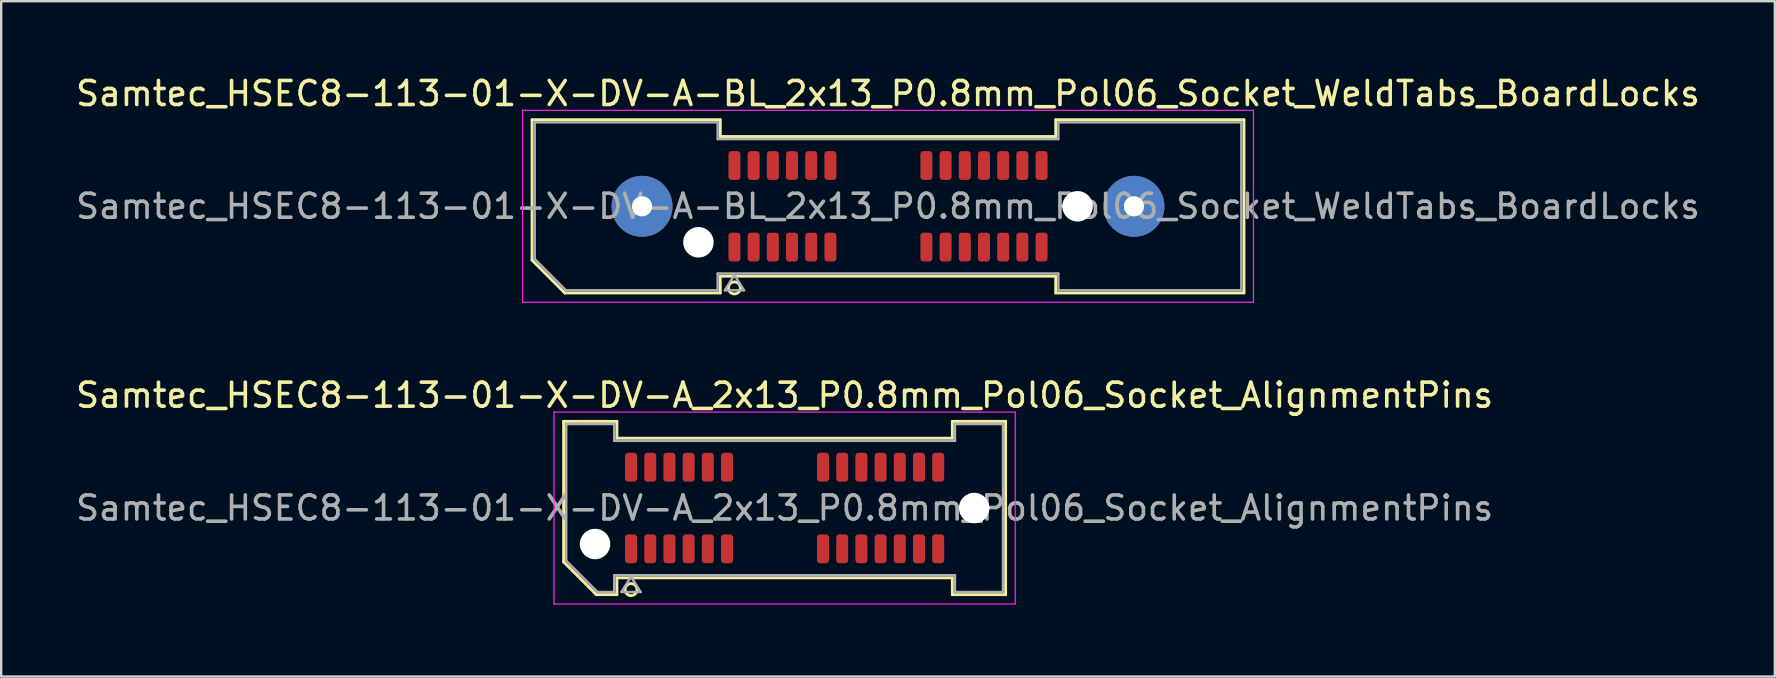
<source format=kicad_pcb>
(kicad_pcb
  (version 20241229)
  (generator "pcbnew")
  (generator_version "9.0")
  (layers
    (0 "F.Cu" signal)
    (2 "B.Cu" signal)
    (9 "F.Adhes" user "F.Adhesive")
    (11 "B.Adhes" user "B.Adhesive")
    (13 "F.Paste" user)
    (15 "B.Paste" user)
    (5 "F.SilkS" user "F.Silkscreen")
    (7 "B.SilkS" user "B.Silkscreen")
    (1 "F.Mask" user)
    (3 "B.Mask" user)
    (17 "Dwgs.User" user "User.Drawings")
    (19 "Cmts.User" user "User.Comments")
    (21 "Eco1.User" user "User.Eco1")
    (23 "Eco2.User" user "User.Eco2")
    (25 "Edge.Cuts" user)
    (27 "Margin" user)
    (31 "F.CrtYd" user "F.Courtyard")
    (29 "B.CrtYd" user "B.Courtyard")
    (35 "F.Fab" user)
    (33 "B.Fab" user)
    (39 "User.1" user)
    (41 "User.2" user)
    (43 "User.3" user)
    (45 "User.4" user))
  (footprint "Samtec_HSEC8-113-01-X-DV-A-BL_2x13_P0.8mm_Pol06_Socket_WeldTabs_BoardLocks"
    (layer "F.Cu")
    (at 33.958 5.548)
    (property "Reference" "Samtec_HSEC8-113-01-X-DV-A-BL_2x13_P0.8mm_Pol06_Socket_WeldTabs_BoardLocks" (at 0 -4.7 0) (layer "F.SilkS") (effects (font (size 1 1) (thickness 0.15))))
    (attr smd)
    (fp_line (start -14.835 -3.61) (end -6.99 -3.61) (stroke (width 0.12) (type solid)) (layer "F.SilkS"))
    (fp_line (start -14.835 2.246) (end -14.835 -3.61) (stroke (width 0.12) (type solid)) (layer "F.SilkS"))
    (fp_line (start -13.471 3.61) (end -14.835 2.246) (stroke (width 0.12) (type solid)) (layer "F.SilkS"))
    (fp_line (start -6.99 -3.61) (end -6.99 -2.91) (stroke (width 0.12) (type solid)) (layer "F.SilkS"))
    (fp_line (start -6.99 -2.91) (end 6.99 -2.91) (stroke (width 0.12) (type solid)) (layer "F.SilkS"))
    (fp_line (start -6.99 2.91) (end -6.99 3.61) (stroke (width 0.12) (type solid)) (layer "F.SilkS"))
    (fp_line (start -6.99 3.61) (end -13.471 3.61) (stroke (width 0.12) (type solid)) (layer "F.SilkS"))
    (fp_line (start 6.99 -3.61) (end 14.835 -3.61) (stroke (width 0.12) (type solid)) (layer "F.SilkS"))
    (fp_line (start 6.99 -2.91) (end 6.99 -3.61) (stroke (width 0.12) (type solid)) (layer "F.SilkS"))
    (fp_line (start 6.99 2.91) (end -6.99 2.91) (stroke (width 0.12) (type solid)) (layer "F.SilkS"))
    (fp_line (start 6.99 3.61) (end 6.99 2.91) (stroke (width 0.12) (type solid)) (layer "F.SilkS"))
    (fp_line (start 14.835 -3.61) (end 14.835 3.61) (stroke (width 0.12) (type solid)) (layer "F.SilkS"))
    (fp_line (start 14.835 3.61) (end 6.99 3.61) (stroke (width 0.12) (type solid)) (layer "F.SilkS"))
    (fp_circle (center -6.4 3.4) (end -6.15 3.4) (stroke (width 0.12) (type solid)) (fill no) (layer "F.SilkS"))
    (fp_line (start -15.23 -4) (end -15.23 4) (stroke (width 0.05) (type solid)) (layer "F.CrtYd"))
    (fp_line (start -15.23 4) (end 15.23 4) (stroke (width 0.05) (type solid)) (layer "F.CrtYd"))
    (fp_line (start 15.23 -4) (end -15.23 -4) (stroke (width 0.05) (type solid)) (layer "F.CrtYd"))
    (fp_line (start 15.23 4) (end 15.23 -4) (stroke (width 0.05) (type solid)) (layer "F.CrtYd"))
    (fp_line (start -14.725 -3.5) (end -7.1 -3.5) (stroke (width 0.1) (type solid)) (layer "F.Fab"))
    (fp_line (start -14.725 2.2) (end -14.725 -3.5) (stroke (width 0.1) (type solid)) (layer "F.Fab"))
    (fp_line (start -13.425 3.5) (end -14.725 2.2) (stroke (width 0.1) (type solid)) (layer "F.Fab"))
    (fp_line (start -7.1 -3.5) (end -7.1 -2.8) (stroke (width 0.1) (type solid)) (layer "F.Fab"))
    (fp_line (start -7.1 -2.8) (end 7.1 -2.8) (stroke (width 0.1) (type solid)) (layer "F.Fab"))
    (fp_line (start -7.1 2.8) (end -7.1 3.5) (stroke (width 0.1) (type solid)) (layer "F.Fab"))
    (fp_line (start -7.1 3.5) (end -13.425 3.5) (stroke (width 0.1) (type solid)) (layer "F.Fab"))
    (fp_line (start -6.8 3.5) (end -6.4 2.86) (stroke (width 0.1) (type solid)) (layer "F.Fab"))
    (fp_line (start -6.4 2.86) (end -6 3.5) (stroke (width 0.1) (type solid)) (layer "F.Fab"))
    (fp_line (start -6 3.5) (end -6.8 3.5) (stroke (width 0.1) (type solid)) (layer "F.Fab"))
    (fp_line (start 7.1 -3.5) (end 14.725 -3.5) (stroke (width 0.1) (type solid)) (layer "F.Fab"))
    (fp_line (start 7.1 -2.8) (end 7.1 -3.5) (stroke (width 0.1) (type solid)) (layer "F.Fab"))
    (fp_line (start 7.1 2.8) (end -7.1 2.8) (stroke (width 0.1) (type solid)) (layer "F.Fab"))
    (fp_line (start 7.1 3.5) (end 7.1 2.8) (stroke (width 0.1) (type solid)) (layer "F.Fab"))
    (fp_line (start 14.725 -3.5) (end 14.725 3.5) (stroke (width 0.1) (type solid)) (layer "F.Fab"))
    (fp_line (start 14.725 3.5) (end 7.1 3.5) (stroke (width 0.1) (type solid)) (layer "F.Fab"))
    (fp_text user "${REFERENCE}" (at 0 0 0) (layer "F.Fab") (effects (font (size 1 1) (thickness 0.15))))
    (pad "" thru_hole circle (at -10.25 0) (size 2.54 2.54) (drill 0.84) (layers "*.Cu" "*.Mask" "F.Paste"))
    (pad "" np_thru_hole circle (at -7.9 1.5) (size 1.27 1.27) (drill 1.27) (layers "*.Cu" "*.Mask"))
    (pad "" np_thru_hole circle (at 7.9 0) (size 1.27 1.27) (drill 1.27) (layers "*.Cu" "*.Mask"))
    (pad "" thru_hole circle (at 10.25 0) (size 2.54 2.54) (drill 0.84) (layers "*.Cu" "*.Mask" "F.Paste"))
    (pad "1" smd roundrect (at -6.4 1.7) (size 0.5 1.2) (layers "F.Cu" "F.Mask" "F.Paste") (roundrect_rratio 0.25))
    (pad "2" smd roundrect (at -6.4 -1.7) (size 0.5 1.2) (layers "F.Cu" "F.Mask" "F.Paste") (roundrect_rratio 0.25))
    (pad "3" smd roundrect (at -5.6 1.7) (size 0.5 1.2) (layers "F.Cu" "F.Mask" "F.Paste") (roundrect_rratio 0.25))
    (pad "4" smd roundrect (at -5.6 -1.7) (size 0.5 1.2) (layers "F.Cu" "F.Mask" "F.Paste") (roundrect_rratio 0.25))
    (pad "5" smd roundrect (at -4.8 1.7) (size 0.5 1.2) (layers "F.Cu" "F.Mask" "F.Paste") (roundrect_rratio 0.25))
    (pad "6" smd roundrect (at -4.8 -1.7) (size 0.5 1.2) (layers "F.Cu" "F.Mask" "F.Paste") (roundrect_rratio 0.25))
    (pad "7" smd roundrect (at -4 1.7) (size 0.5 1.2) (layers "F.Cu" "F.Mask" "F.Paste") (roundrect_rratio 0.25))
    (pad "8" smd roundrect (at -4 -1.7) (size 0.5 1.2) (layers "F.Cu" "F.Mask" "F.Paste") (roundrect_rratio 0.25))
    (pad "9" smd roundrect (at -3.2 1.7) (size 0.5 1.2) (layers "F.Cu" "F.Mask" "F.Paste") (roundrect_rratio 0.25))
    (pad "10" smd roundrect (at -3.2 -1.7) (size 0.5 1.2) (layers "F.Cu" "F.Mask" "F.Paste") (roundrect_rratio 0.25))
    (pad "11" smd roundrect (at -2.4 1.7) (size 0.5 1.2) (layers "F.Cu" "F.Mask" "F.Paste") (roundrect_rratio 0.25))
    (pad "12" smd roundrect (at -2.4 -1.7) (size 0.5 1.2) (layers "F.Cu" "F.Mask" "F.Paste") (roundrect_rratio 0.25))
    (pad "13" smd roundrect (at 1.6 1.7) (size 0.5 1.2) (layers "F.Cu" "F.Mask" "F.Paste") (roundrect_rratio 0.25))
    (pad "14" smd roundrect (at 1.6 -1.7) (size 0.5 1.2) (layers "F.Cu" "F.Mask" "F.Paste") (roundrect_rratio 0.25))
    (pad "15" smd roundrect (at 2.4 1.7) (size 0.5 1.2) (layers "F.Cu" "F.Mask" "F.Paste") (roundrect_rratio 0.25))
    (pad "16" smd roundrect (at 2.4 -1.7) (size 0.5 1.2) (layers "F.Cu" "F.Mask" "F.Paste") (roundrect_rratio 0.25))
    (pad "17" smd roundrect (at 3.2 1.7) (size 0.5 1.2) (layers "F.Cu" "F.Mask" "F.Paste") (roundrect_rratio 0.25))
    (pad "18" smd roundrect (at 3.2 -1.7) (size 0.5 1.2) (layers "F.Cu" "F.Mask" "F.Paste") (roundrect_rratio 0.25))
    (pad "19" smd roundrect (at 4 1.7) (size 0.5 1.2) (layers "F.Cu" "F.Mask" "F.Paste") (roundrect_rratio 0.25))
    (pad "20" smd roundrect (at 4 -1.7) (size 0.5 1.2) (layers "F.Cu" "F.Mask" "F.Paste") (roundrect_rratio 0.25))
    (pad "21" smd roundrect (at 4.8 1.7) (size 0.5 1.2) (layers "F.Cu" "F.Mask" "F.Paste") (roundrect_rratio 0.25))
    (pad "22" smd roundrect (at 4.8 -1.7) (size 0.5 1.2) (layers "F.Cu" "F.Mask" "F.Paste") (roundrect_rratio 0.25))
    (pad "23" smd roundrect (at 5.6 1.7) (size 0.5 1.2) (layers "F.Cu" "F.Mask" "F.Paste") (roundrect_rratio 0.25))
    (pad "24" smd roundrect (at 5.6 -1.7) (size 0.5 1.2) (layers "F.Cu" "F.Mask" "F.Paste") (roundrect_rratio 0.25))
    (pad "25" smd roundrect (at 6.4 1.7) (size 0.5 1.2) (layers "F.Cu" "F.Mask" "F.Paste") (roundrect_rratio 0.25))
    (pad "26" smd roundrect (at 6.4 -1.7) (size 0.5 1.2) (layers "F.Cu" "F.Mask" "F.Paste") (roundrect_rratio 0.25)))
  (footprint "Samtec_HSEC8-113-01-X-DV-A_2x13_P0.8mm_Pol06_Socket_AlignmentPins"
    (layer "F.Cu")
    (at 29.649 18.122)
    (property "Reference" "Samtec_HSEC8-113-01-X-DV-A_2x13_P0.8mm_Pol06_Socket_AlignmentPins" (at 0 -4.7 0) (layer "F.SilkS") (effects (font (size 1 1) (thickness 0.15))))
    (attr smd)
    (fp_line (start -9.21 -3.61) (end -6.99 -3.61) (stroke (width 0.12) (type solid)) (layer "F.SilkS"))
    (fp_line (start -9.21 2.246) (end -9.21 -3.61) (stroke (width 0.12) (type solid)) (layer "F.SilkS"))
    (fp_line (start -7.846 3.61) (end -9.21 2.246) (stroke (width 0.12) (type solid)) (layer "F.SilkS"))
    (fp_line (start -6.99 -3.61) (end -6.99 -2.91) (stroke (width 0.12) (type solid)) (layer "F.SilkS"))
    (fp_line (start -6.99 -2.91) (end 6.99 -2.91) (stroke (width 0.12) (type solid)) (layer "F.SilkS"))
    (fp_line (start -6.99 2.91) (end -6.99 3.61) (stroke (width 0.12) (type solid)) (layer "F.SilkS"))
    (fp_line (start -6.99 3.61) (end -7.846 3.61) (stroke (width 0.12) (type solid)) (layer "F.SilkS"))
    (fp_line (start 6.99 -3.61) (end 9.21 -3.61) (stroke (width 0.12) (type solid)) (layer "F.SilkS"))
    (fp_line (start 6.99 -2.91) (end 6.99 -3.61) (stroke (width 0.12) (type solid)) (layer "F.SilkS"))
    (fp_line (start 6.99 2.91) (end -6.99 2.91) (stroke (width 0.12) (type solid)) (layer "F.SilkS"))
    (fp_line (start 6.99 3.61) (end 6.99 2.91) (stroke (width 0.12) (type solid)) (layer "F.SilkS"))
    (fp_line (start 9.21 -3.61) (end 9.21 3.61) (stroke (width 0.12) (type solid)) (layer "F.SilkS"))
    (fp_line (start 9.21 3.61) (end 6.99 3.61) (stroke (width 0.12) (type solid)) (layer "F.SilkS"))
    (fp_arc (start -6.15 3.4) (mid -6.65 3.4) (end -6.15 3.4) (stroke (width 0.12) (type solid)) (layer "F.SilkS"))
    (fp_line (start -9.61 -4) (end -9.61 4) (stroke (width 0.05) (type solid)) (layer "F.CrtYd"))
    (fp_line (start -9.61 4) (end 9.61 4) (stroke (width 0.05) (type solid)) (layer "F.CrtYd"))
    (fp_line (start 9.61 -4) (end -9.61 -4) (stroke (width 0.05) (type solid)) (layer "F.CrtYd"))
    (fp_line (start 9.61 4) (end 9.61 -4) (stroke (width 0.05) (type solid)) (layer "F.CrtYd"))
    (fp_line (start -9.1 -3.5) (end -7.1 -3.5) (stroke (width 0.1) (type solid)) (layer "F.Fab"))
    (fp_line (start -9.1 2.2) (end -9.1 -3.5) (stroke (width 0.1) (type solid)) (layer "F.Fab"))
    (fp_line (start -7.8 3.5) (end -9.1 2.2) (stroke (width 0.1) (type solid)) (layer "F.Fab"))
    (fp_line (start -7.1 -3.5) (end -7.1 -2.8) (stroke (width 0.1) (type solid)) (layer "F.Fab"))
    (fp_line (start -7.1 -2.8) (end 7.1 -2.8) (stroke (width 0.1) (type solid)) (layer "F.Fab"))
    (fp_line (start -7.1 2.8) (end -7.1 3.5) (stroke (width 0.1) (type solid)) (layer "F.Fab"))
    (fp_line (start -7.1 3.5) (end -7.8 3.5) (stroke (width 0.1) (type solid)) (layer "F.Fab"))
    (fp_line (start -6.8 3.5) (end -6.4 2.86) (stroke (width 0.1) (type solid)) (layer "F.Fab"))
    (fp_line (start -6.4 2.86) (end -6 3.5) (stroke (width 0.1) (type solid)) (layer "F.Fab"))
    (fp_line (start -6 3.5) (end -6.8 3.5) (stroke (width 0.1) (type solid)) (layer "F.Fab"))
    (fp_line (start 7.1 -3.5) (end 9.1 -3.5) (stroke (width 0.1) (type solid)) (layer "F.Fab"))
    (fp_line (start 7.1 -2.8) (end 7.1 -3.5) (stroke (width 0.1) (type solid)) (layer "F.Fab"))
    (fp_line (start 7.1 2.8) (end -7.1 2.8) (stroke (width 0.1) (type solid)) (layer "F.Fab"))
    (fp_line (start 7.1 3.5) (end 7.1 2.8) (stroke (width 0.1) (type solid)) (layer "F.Fab"))
    (fp_line (start 9.1 -3.5) (end 9.1 3.5) (stroke (width 0.1) (type solid)) (layer "F.Fab"))
    (fp_line (start 9.1 3.5) (end 7.1 3.5) (stroke (width 0.1) (type solid)) (layer "F.Fab"))
    (fp_text user "${REFERENCE}" (at 0 0 0) (layer "F.Fab") (effects (font (size 1 1) (thickness 0.15))))
    (pad "" np_thru_hole circle (at -7.9 1.5) (size 1.27 1.27) (drill 1.27) (layers "*.Cu" "*.Mask"))
    (pad "" np_thru_hole circle (at 7.9 0) (size 1.27 1.27) (drill 1.27) (layers "*.Cu" "*.Mask"))
    (pad "1" smd roundrect (at -6.4 1.7) (size 0.5 1.2) (layers "F.Cu" "F.Mask" "F.Paste") (roundrect_rratio 0.25))
    (pad "2" smd roundrect (at -6.4 -1.7) (size 0.5 1.2) (layers "F.Cu" "F.Mask" "F.Paste") (roundrect_rratio 0.25))
    (pad "3" smd roundrect (at -5.6 1.7) (size 0.5 1.2) (layers "F.Cu" "F.Mask" "F.Paste") (roundrect_rratio 0.25))
    (pad "4" smd roundrect (at -5.6 -1.7) (size 0.5 1.2) (layers "F.Cu" "F.Mask" "F.Paste") (roundrect_rratio 0.25))
    (pad "5" smd roundrect (at -4.8 1.7) (size 0.5 1.2) (layers "F.Cu" "F.Mask" "F.Paste") (roundrect_rratio 0.25))
    (pad "6" smd roundrect (at -4.8 -1.7) (size 0.5 1.2) (layers "F.Cu" "F.Mask" "F.Paste") (roundrect_rratio 0.25))
    (pad "7" smd roundrect (at -4 1.7) (size 0.5 1.2) (layers "F.Cu" "F.Mask" "F.Paste") (roundrect_rratio 0.25))
    (pad "8" smd roundrect (at -4 -1.7) (size 0.5 1.2) (layers "F.Cu" "F.Mask" "F.Paste") (roundrect_rratio 0.25))
    (pad "9" smd roundrect (at -3.2 1.7) (size 0.5 1.2) (layers "F.Cu" "F.Mask" "F.Paste") (roundrect_rratio 0.25))
    (pad "10" smd roundrect (at -3.2 -1.7) (size 0.5 1.2) (layers "F.Cu" "F.Mask" "F.Paste") (roundrect_rratio 0.25))
    (pad "11" smd roundrect (at -2.4 1.7) (size 0.5 1.2) (layers "F.Cu" "F.Mask" "F.Paste") (roundrect_rratio 0.25))
    (pad "12" smd roundrect (at -2.4 -1.7) (size 0.5 1.2) (layers "F.Cu" "F.Mask" "F.Paste") (roundrect_rratio 0.25))
    (pad "13" smd roundrect (at 1.6 1.7) (size 0.5 1.2) (layers "F.Cu" "F.Mask" "F.Paste") (roundrect_rratio 0.25))
    (pad "14" smd roundrect (at 1.6 -1.7) (size 0.5 1.2) (layers "F.Cu" "F.Mask" "F.Paste") (roundrect_rratio 0.25))
    (pad "15" smd roundrect (at 2.4 1.7) (size 0.5 1.2) (layers "F.Cu" "F.Mask" "F.Paste") (roundrect_rratio 0.25))
    (pad "16" smd roundrect (at 2.4 -1.7) (size 0.5 1.2) (layers "F.Cu" "F.Mask" "F.Paste") (roundrect_rratio 0.25))
    (pad "17" smd roundrect (at 3.2 1.7) (size 0.5 1.2) (layers "F.Cu" "F.Mask" "F.Paste") (roundrect_rratio 0.25))
    (pad "18" smd roundrect (at 3.2 -1.7) (size 0.5 1.2) (layers "F.Cu" "F.Mask" "F.Paste") (roundrect_rratio 0.25))
    (pad "19" smd roundrect (at 4 1.7) (size 0.5 1.2) (layers "F.Cu" "F.Mask" "F.Paste") (roundrect_rratio 0.25))
    (pad "20" smd roundrect (at 4 -1.7) (size 0.5 1.2) (layers "F.Cu" "F.Mask" "F.Paste") (roundrect_rratio 0.25))
    (pad "21" smd roundrect (at 4.8 1.7) (size 0.5 1.2) (layers "F.Cu" "F.Mask" "F.Paste") (roundrect_rratio 0.25))
    (pad "22" smd roundrect (at 4.8 -1.7) (size 0.5 1.2) (layers "F.Cu" "F.Mask" "F.Paste") (roundrect_rratio 0.25))
    (pad "23" smd roundrect (at 5.6 1.7) (size 0.5 1.2) (layers "F.Cu" "F.Mask" "F.Paste") (roundrect_rratio 0.25))
    (pad "24" smd roundrect (at 5.6 -1.7) (size 0.5 1.2) (layers "F.Cu" "F.Mask" "F.Paste") (roundrect_rratio 0.25))
    (pad "25" smd roundrect (at 6.4 1.7) (size 0.5 1.2) (layers "F.Cu" "F.Mask" "F.Paste") (roundrect_rratio 0.25))
    (pad "26" smd roundrect (at 6.4 -1.7) (size 0.5 1.2) (layers "F.Cu" "F.Mask" "F.Paste") (roundrect_rratio 0.25)))
  (gr_rect
    (start -3 -3)
    (end 70.917 25.146)
    (stroke (width 0.1) (type default))
    (fill no)
    (layer "Edge.Cuts")))
</source>
